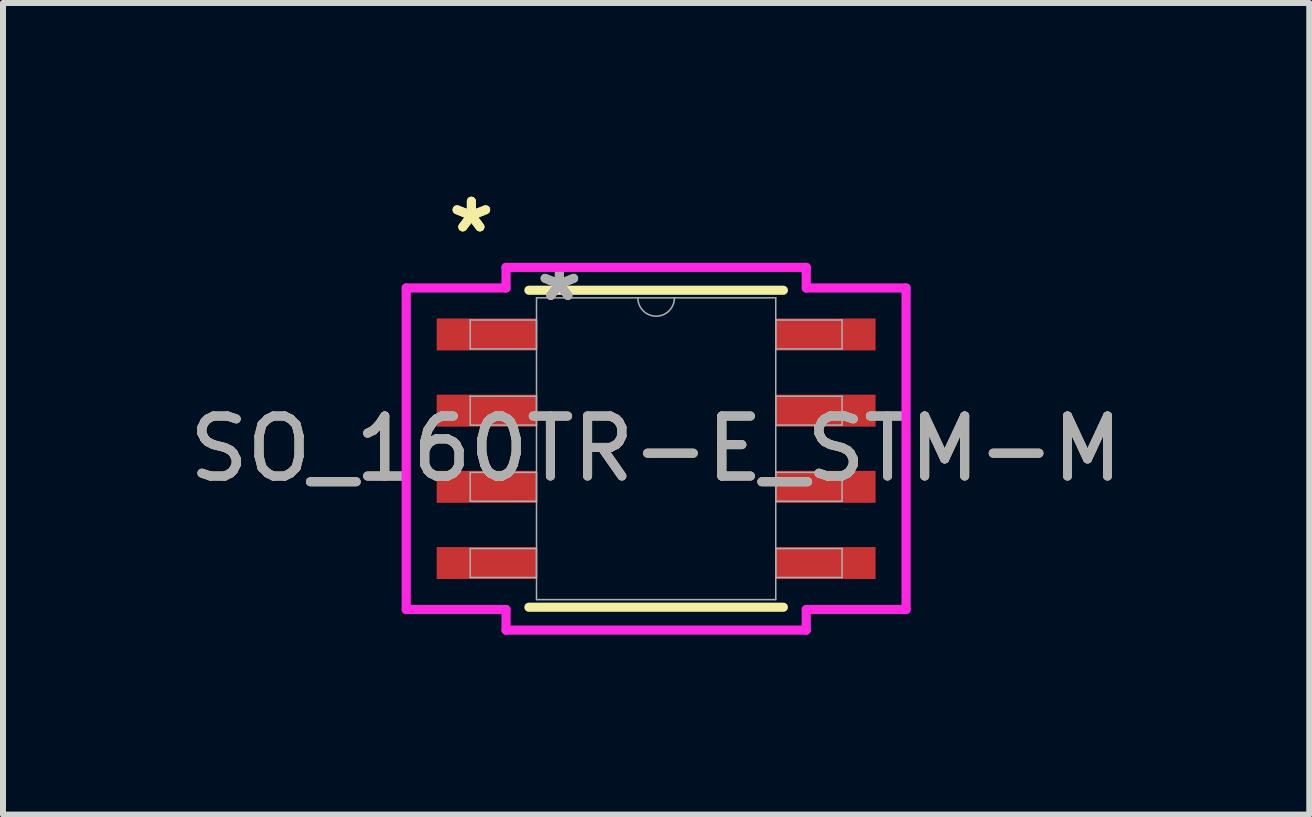
<source format=kicad_pcb>
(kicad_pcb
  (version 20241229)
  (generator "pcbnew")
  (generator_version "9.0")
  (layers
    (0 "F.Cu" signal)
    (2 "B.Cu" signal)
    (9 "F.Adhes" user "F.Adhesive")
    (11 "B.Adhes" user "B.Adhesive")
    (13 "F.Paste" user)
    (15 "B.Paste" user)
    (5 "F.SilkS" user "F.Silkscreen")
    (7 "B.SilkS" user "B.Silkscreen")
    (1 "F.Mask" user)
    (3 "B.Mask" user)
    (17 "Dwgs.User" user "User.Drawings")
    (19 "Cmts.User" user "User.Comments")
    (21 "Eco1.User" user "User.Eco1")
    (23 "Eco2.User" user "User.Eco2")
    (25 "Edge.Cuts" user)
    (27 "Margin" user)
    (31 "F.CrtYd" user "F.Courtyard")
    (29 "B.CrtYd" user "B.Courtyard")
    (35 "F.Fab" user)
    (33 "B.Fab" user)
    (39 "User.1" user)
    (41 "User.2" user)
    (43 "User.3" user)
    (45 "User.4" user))
  (footprint "SO_160TR-E_STM-M"
    (layer "F.Cu")
    (at 7.887 4.43)
    (property "Reference" "SO_160TR-E_STM-M" (at 0 0 0) (unlocked yes) (layer "F.SilkS") (effects (font (size 1 1) (thickness 0.15))))
    (attr smd)
    (fp_line (start -2.121 2.642) (end 2.121 2.642) (stroke (width 0.152) (type solid)) (layer "F.SilkS"))
    (fp_line (start 2.121 -2.642) (end -2.121 -2.642) (stroke (width 0.152) (type solid)) (layer "F.SilkS"))
    (fp_line (start -4.166 -2.68) (end -2.502 -2.68) (stroke (width 0.152) (type solid)) (layer "F.CrtYd"))
    (fp_line (start -4.166 2.68) (end -4.166 -2.68) (stroke (width 0.152) (type solid)) (layer "F.CrtYd"))
    (fp_line (start -4.166 2.68) (end -2.502 2.68) (stroke (width 0.152) (type solid)) (layer "F.CrtYd"))
    (fp_line (start -2.502 -3.023) (end 2.502 -3.023) (stroke (width 0.152) (type solid)) (layer "F.CrtYd"))
    (fp_line (start -2.502 -2.68) (end -2.502 -3.023) (stroke (width 0.152) (type solid)) (layer "F.CrtYd"))
    (fp_line (start -2.502 3.023) (end -2.502 2.68) (stroke (width 0.152) (type solid)) (layer "F.CrtYd"))
    (fp_line (start 2.502 -3.023) (end 2.502 -2.68) (stroke (width 0.152) (type solid)) (layer "F.CrtYd"))
    (fp_line (start 2.502 2.68) (end 2.502 3.023) (stroke (width 0.152) (type solid)) (layer "F.CrtYd"))
    (fp_line (start 2.502 3.023) (end -2.502 3.023) (stroke (width 0.152) (type solid)) (layer "F.CrtYd"))
    (fp_line (start 4.166 -2.68) (end 2.502 -2.68) (stroke (width 0.152) (type solid)) (layer "F.CrtYd"))
    (fp_line (start 4.166 -2.68) (end 4.166 2.68) (stroke (width 0.152) (type solid)) (layer "F.CrtYd"))
    (fp_line (start 4.166 2.68) (end 2.502 2.68) (stroke (width 0.152) (type solid)) (layer "F.CrtYd"))
    (fp_line (start -3.099 -2.146) (end -3.099 -1.664) (stroke (width 0.025) (type solid)) (layer "F.Fab"))
    (fp_line (start -3.099 -1.664) (end -1.994 -1.664) (stroke (width 0.025) (type solid)) (layer "F.Fab"))
    (fp_line (start -3.099 -0.876) (end -3.099 -0.394) (stroke (width 0.025) (type solid)) (layer "F.Fab"))
    (fp_line (start -3.099 -0.394) (end -1.994 -0.394) (stroke (width 0.025) (type solid)) (layer "F.Fab"))
    (fp_line (start -3.099 0.394) (end -3.099 0.876) (stroke (width 0.025) (type solid)) (layer "F.Fab"))
    (fp_line (start -3.099 0.876) (end -1.994 0.876) (stroke (width 0.025) (type solid)) (layer "F.Fab"))
    (fp_line (start -3.099 1.664) (end -3.099 2.146) (stroke (width 0.025) (type solid)) (layer "F.Fab"))
    (fp_line (start -3.099 2.146) (end -1.994 2.146) (stroke (width 0.025) (type solid)) (layer "F.Fab"))
    (fp_line (start -1.994 -2.515) (end -1.994 2.515) (stroke (width 0.025) (type solid)) (layer "F.Fab"))
    (fp_line (start -1.994 -2.146) (end -3.099 -2.146) (stroke (width 0.025) (type solid)) (layer "F.Fab"))
    (fp_line (start -1.994 -1.664) (end -1.994 -2.146) (stroke (width 0.025) (type solid)) (layer "F.Fab"))
    (fp_line (start -1.994 -0.876) (end -3.099 -0.876) (stroke (width 0.025) (type solid)) (layer "F.Fab"))
    (fp_line (start -1.994 -0.394) (end -1.994 -0.876) (stroke (width 0.025) (type solid)) (layer "F.Fab"))
    (fp_line (start -1.994 0.394) (end -3.099 0.394) (stroke (width 0.025) (type solid)) (layer "F.Fab"))
    (fp_line (start -1.994 0.876) (end -1.994 0.394) (stroke (width 0.025) (type solid)) (layer "F.Fab"))
    (fp_line (start -1.994 1.664) (end -3.099 1.664) (stroke (width 0.025) (type solid)) (layer "F.Fab"))
    (fp_line (start -1.994 2.146) (end -1.994 1.664) (stroke (width 0.025) (type solid)) (layer "F.Fab"))
    (fp_line (start -1.994 2.515) (end 1.994 2.515) (stroke (width 0.025) (type solid)) (layer "F.Fab"))
    (fp_line (start 1.994 -2.515) (end -1.994 -2.515) (stroke (width 0.025) (type solid)) (layer "F.Fab"))
    (fp_line (start 1.994 -2.146) (end 1.994 -1.664) (stroke (width 0.025) (type solid)) (layer "F.Fab"))
    (fp_line (start 1.994 -1.664) (end 3.099 -1.664) (stroke (width 0.025) (type solid)) (layer "F.Fab"))
    (fp_line (start 1.994 -0.876) (end 1.994 -0.394) (stroke (width 0.025) (type solid)) (layer "F.Fab"))
    (fp_line (start 1.994 -0.394) (end 3.099 -0.394) (stroke (width 0.025) (type solid)) (layer "F.Fab"))
    (fp_line (start 1.994 0.394) (end 1.994 0.876) (stroke (width 0.025) (type solid)) (layer "F.Fab"))
    (fp_line (start 1.994 0.876) (end 3.099 0.876) (stroke (width 0.025) (type solid)) (layer "F.Fab"))
    (fp_line (start 1.994 1.664) (end 1.994 2.146) (stroke (width 0.025) (type solid)) (layer "F.Fab"))
    (fp_line (start 1.994 2.146) (end 3.099 2.146) (stroke (width 0.025) (type solid)) (layer "F.Fab"))
    (fp_line (start 1.994 2.515) (end 1.994 -2.515) (stroke (width 0.025) (type solid)) (layer "F.Fab"))
    (fp_line (start 3.099 -2.146) (end 1.994 -2.146) (stroke (width 0.025) (type solid)) (layer "F.Fab"))
    (fp_line (start 3.099 -1.664) (end 3.099 -2.146) (stroke (width 0.025) (type solid)) (layer "F.Fab"))
    (fp_line (start 3.099 -0.876) (end 1.994 -0.876) (stroke (width 0.025) (type solid)) (layer "F.Fab"))
    (fp_line (start 3.099 -0.394) (end 3.099 -0.876) (stroke (width 0.025) (type solid)) (layer "F.Fab"))
    (fp_line (start 3.099 0.394) (end 1.994 0.394) (stroke (width 0.025) (type solid)) (layer "F.Fab"))
    (fp_line (start 3.099 0.876) (end 3.099 0.394) (stroke (width 0.025) (type solid)) (layer "F.Fab"))
    (fp_line (start 3.099 1.664) (end 1.994 1.664) (stroke (width 0.025) (type solid)) (layer "F.Fab"))
    (fp_line (start 3.099 2.146) (end 3.099 1.664) (stroke (width 0.025) (type solid)) (layer "F.Fab"))
    (fp_arc (start 0.3048 -2.5146) (mid 0 -2.2098) (end -0.3048 -2.5146) (stroke (width 0.0254) (type solid)) (layer "F.Fab"))
    (fp_text user "*" (at -3.08 -3.581 0) (layer "F.SilkS") (effects (font (size 1 1) (thickness 0.15))))
    (fp_text user "*" (at -3.08 -3.581 0) (unlocked yes) (layer "F.SilkS") (effects (font (size 1 1) (thickness 0.15))))
    (fp_text user "${REFERENCE}" (at 0 0 0) (unlocked yes) (layer "F.Fab") (effects (font (size 1 1) (thickness 0.15))))
    (fp_text user "*" (at -1.613 -2.438 0) (unlocked yes) (layer "F.Fab") (effects (font (size 1 1) (thickness 0.15))))
    (fp_text user "*" (at -1.613 -2.438 0) (layer "F.Fab") (effects (font (size 1 1) (thickness 0.15))))
    (pad "1" smd rect (at -2.826 -1.905) (size 1.664 0.533) (layers "F.Cu" "F.Mask" "F.Paste"))
    (pad "2" smd rect (at -2.826 -0.635) (size 1.664 0.533) (layers "F.Cu" "F.Mask" "F.Paste"))
    (pad "3" smd rect (at -2.826 0.635) (size 1.664 0.533) (layers "F.Cu" "F.Mask" "F.Paste"))
    (pad "4" smd rect (at -2.826 1.905) (size 1.664 0.533) (layers "F.Cu" "F.Mask" "F.Paste"))
    (pad "5" smd rect (at 2.826 1.905) (size 1.664 0.533) (layers "F.Cu" "F.Mask" "F.Paste"))
    (pad "6" smd rect (at 2.826 0.635) (size 1.664 0.533) (layers "F.Cu" "F.Mask" "F.Paste"))
    (pad "7" smd rect (at 2.826 -0.635) (size 1.664 0.533) (layers "F.Cu" "F.Mask" "F.Paste"))
    (pad "8" smd rect (at 2.826 -1.905) (size 1.664 0.533) (layers "F.Cu" "F.Mask" "F.Paste")))
  (gr_rect
    (start -3 -3)
    (end 18.774 10.528)
    (stroke (width 0.1) (type default))
    (fill no)
    (layer "Edge.Cuts")))
</source>
